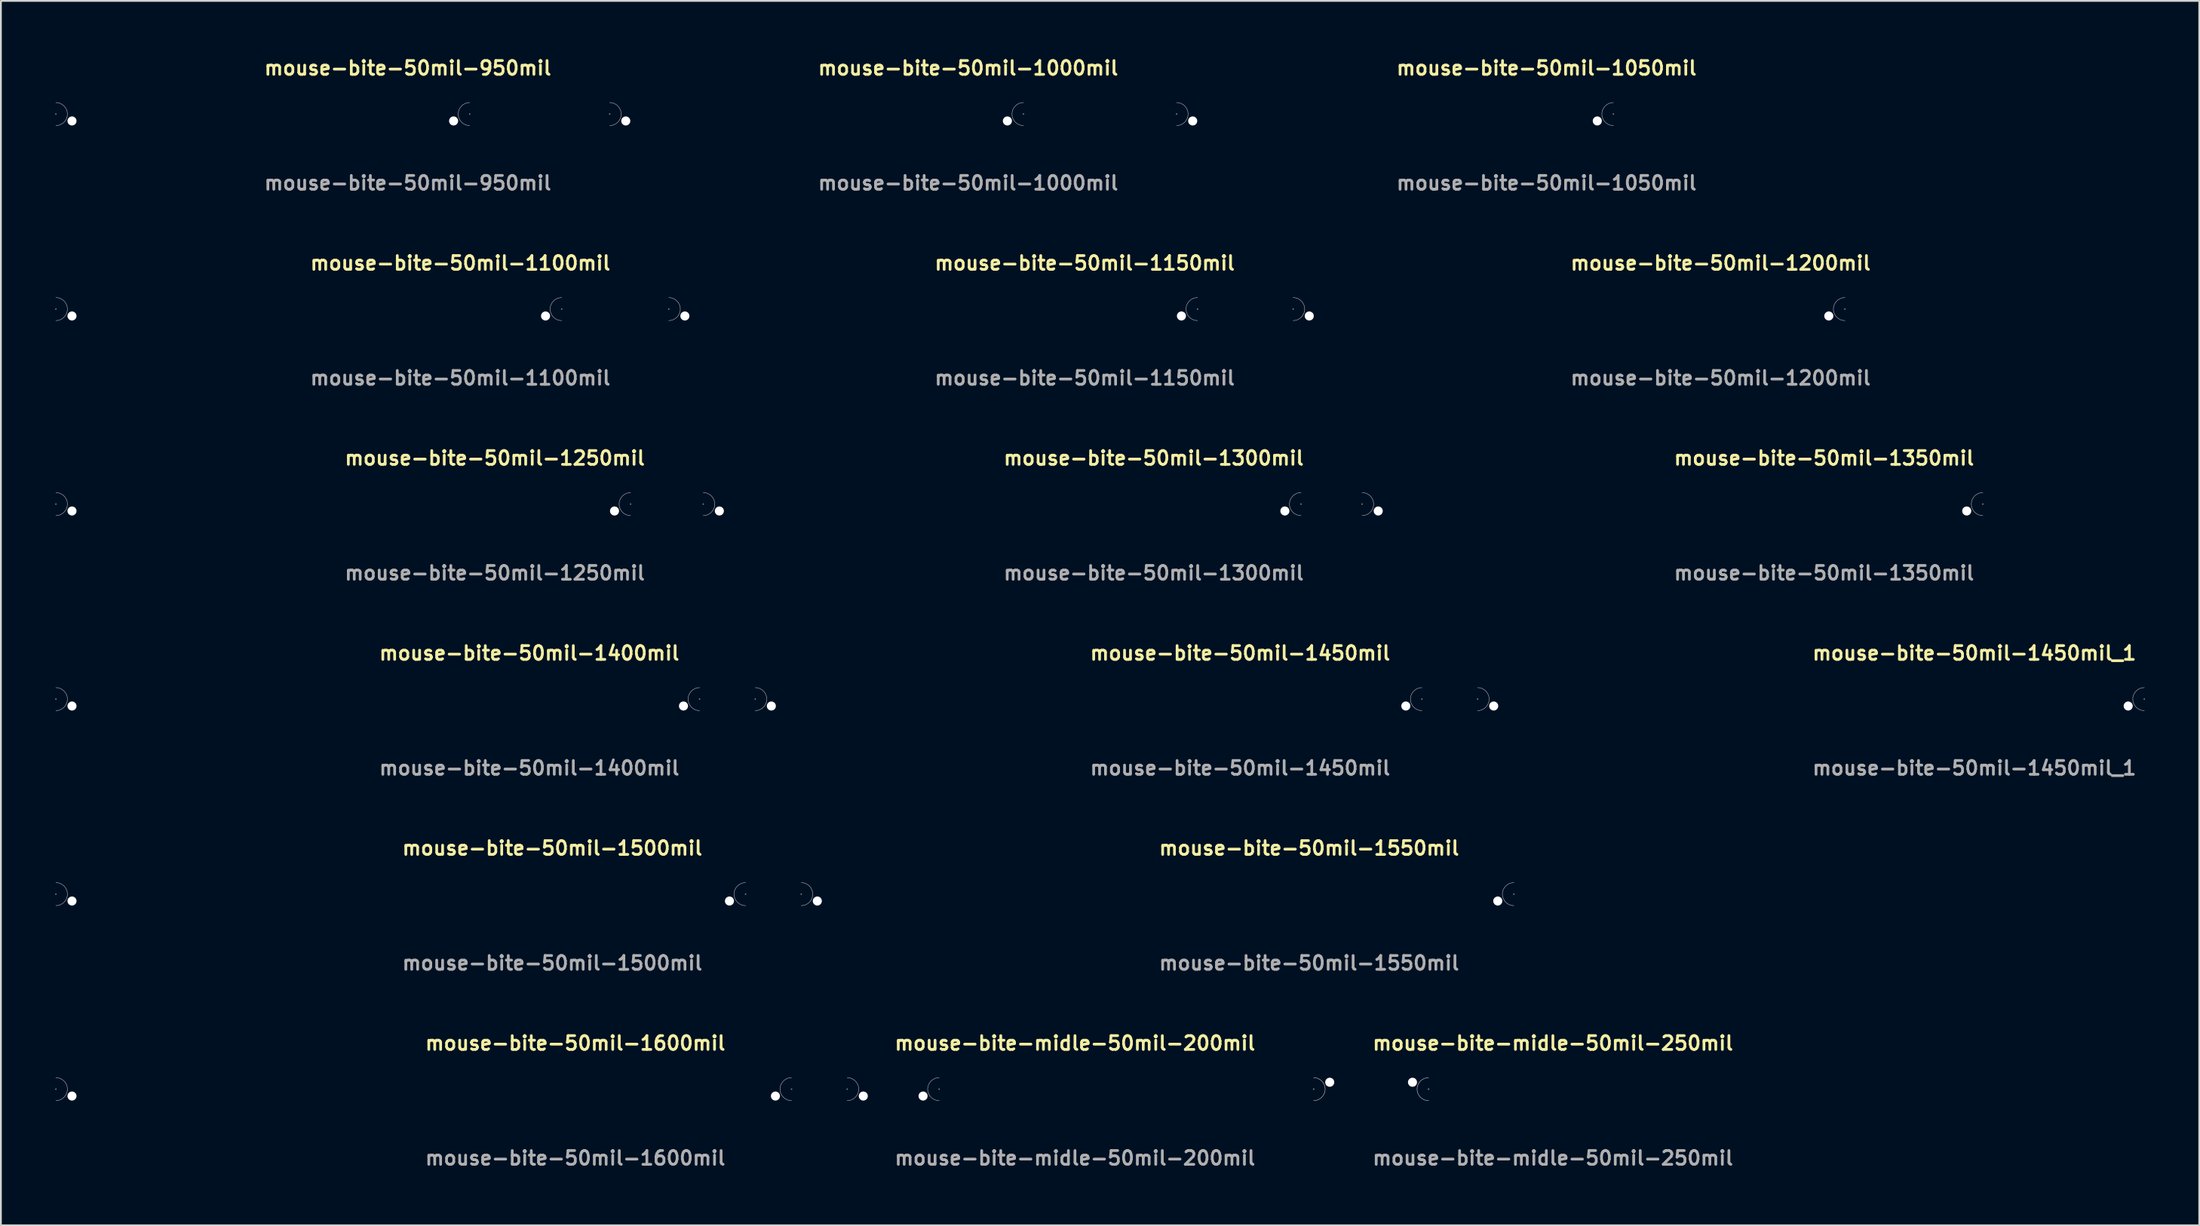
<source format=kicad_pcb>
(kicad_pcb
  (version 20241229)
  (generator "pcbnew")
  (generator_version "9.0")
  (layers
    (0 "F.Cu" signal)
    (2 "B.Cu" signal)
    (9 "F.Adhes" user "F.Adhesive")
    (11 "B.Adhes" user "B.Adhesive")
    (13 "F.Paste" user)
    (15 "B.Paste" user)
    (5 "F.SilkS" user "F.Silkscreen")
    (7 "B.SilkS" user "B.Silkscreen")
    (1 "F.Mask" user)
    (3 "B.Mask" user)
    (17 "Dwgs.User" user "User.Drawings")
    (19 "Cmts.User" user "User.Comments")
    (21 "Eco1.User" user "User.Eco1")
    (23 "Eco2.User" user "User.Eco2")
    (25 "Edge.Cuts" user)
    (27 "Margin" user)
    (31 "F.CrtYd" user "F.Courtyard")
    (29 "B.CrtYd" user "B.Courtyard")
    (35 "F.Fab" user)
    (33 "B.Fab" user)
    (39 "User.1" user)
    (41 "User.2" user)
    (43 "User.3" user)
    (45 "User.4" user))
  (footprint "mouse-bite-50mil-950mil"
    (layer "F.Cu")
    (at 11.468 3.253)
    (property "Reference" "mouse-bite-50mil-950mil" (at 0 -2.54 0) (unlocked yes) (layer "F.SilkS") (effects (font (size 0.762 0.762) (thickness 0.152) (bold yes)) (justify left)))
    (attr through_hole)
    (fp_arc (start -11.43 -0.635) (mid -10.795 0) (end -11.43 0.635) (stroke (width 0.0254) (type default)) (layer "F.Fab"))
    (fp_arc (start 11.43 0.635) (mid 10.795 0) (end 11.43 -0.635) (stroke (width 0.0254) (type default)) (layer "F.Fab"))
    (fp_circle (center -11.43 0) (end -11.405 0) (stroke (width 0.025) (type default)) (fill no) (layer "F.Fab"))
    (fp_circle (center 11.43 0) (end 11.455 0) (stroke (width 0.025) (type default)) (fill no) (layer "F.Fab"))
    (fp_text user "${REFERENCE}" (at 0 3.81 0) (unlocked yes) (layer "F.Fab") (effects (font (size 0.762 0.762) (thickness 0.152) (bold yes)) (justify left)))
    (pad "" np_thru_hole circle (at -10.541 0.381) (size 0.5 0.5) (drill 0.5) (layers "*.Cu" "*.Mask"))
    (pad "" np_thru_hole circle (at 10.541 0.381) (size 0.5 0.5) (drill 0.5) (layers "*.Cu" "*.Mask")))
  (footprint "mouse-bite-midle-50mil-200mil"
    (layer "F.Cu")
    (at 46.294 57.136)
    (property "Reference" "mouse-bite-midle-50mil-200mil" (at 0 -2.54 0) (unlocked yes) (layer "F.SilkS") (effects (font (size 0.762 0.762) (thickness 0.152) (bold yes)) (justify left)))
    (attr through_hole)
    (fp_arc (start -2.54 -0.635) (mid -1.905 0) (end -2.54 0.635) (stroke (width 0.0254) (type default)) (layer "F.Fab"))
    (fp_arc (start 2.54 0.635) (mid 1.905 0) (end 2.54 -0.635) (stroke (width 0.0254) (type default)) (layer "F.Fab"))
    (fp_circle (center -2.54 0) (end -2.515 0) (stroke (width 0.025) (type default)) (fill no) (layer "F.Fab"))
    (fp_circle (center 2.54 0) (end 2.565 0) (stroke (width 0.025) (type default)) (fill no) (layer "F.Fab"))
    (fp_text user "${REFERENCE}" (at 0 3.81 0) (unlocked yes) (layer "F.Fab") (effects (font (size 0.762 0.762) (thickness 0.152) (bold yes)) (justify left)))
    (pad "" np_thru_hole circle (at -1.651 0.381) (size 0.5 0.5) (drill 0.5) (layers "*.Cu" "*.Mask"))
    (pad "" np_thru_hole circle (at 1.651 0.381) (size 0.5 0.5) (drill 0.5) (layers "*.Cu" "*.Mask")))
  (footprint "mouse-bite-50mil-1550mil"
    (layer "F.Cu")
    (at 60.899 46.359)
    (property "Reference" "mouse-bite-50mil-1550mil" (at 0 -2.54 0) (unlocked yes) (layer "F.SilkS") (effects (font (size 0.762 0.762) (thickness 0.152) (bold yes)) (justify left)))
    (attr through_hole)
    (fp_arc (start -19.685 -0.635) (mid -19.05 0) (end -19.685 0.635) (stroke (width 0.0254) (type default)) (layer "F.Fab"))
    (fp_arc (start 19.685 0.635) (mid 19.05 0) (end 19.685 -0.635) (stroke (width 0.0254) (type default)) (layer "F.Fab"))
    (fp_circle (center -19.685 0) (end -19.66 0) (stroke (width 0.025) (type default)) (fill no) (layer "F.Fab"))
    (fp_circle (center 19.685 0) (end 19.71 0) (stroke (width 0.025) (type default)) (fill no) (layer "F.Fab"))
    (fp_text user "${REFERENCE}" (at 0 3.81 0) (unlocked yes) (layer "F.Fab") (effects (font (size 0.762 0.762) (thickness 0.152) (bold yes)) (justify left)))
    (pad "" np_thru_hole circle (at -18.796 0.381) (size 0.5 0.5) (drill 0.5) (layers "*.Cu" "*.Mask"))
    (pad "" np_thru_hole circle (at 18.796 0.381) (size 0.5 0.5) (drill 0.5) (layers "*.Cu" "*.Mask")))
  (footprint "mouse-bite-50mil-1000mil"
    (layer "F.Cu")
    (at 42.062 3.253)
    (property "Reference" "mouse-bite-50mil-1000mil" (at 0 -2.54 0) (unlocked yes) (layer "F.SilkS") (effects (font (size 0.762 0.762) (thickness 0.152) (bold yes)) (justify left)))
    (attr through_hole)
    (fp_arc (start -11.43 -0.635) (mid -10.795 0) (end -11.43 0.635) (stroke (width 0.0254) (type default)) (layer "F.Fab"))
    (fp_arc (start 11.43 0.635) (mid 10.795 0) (end 11.43 -0.635) (stroke (width 0.0254) (type default)) (layer "F.Fab"))
    (fp_circle (center -11.43 0) (end -11.405 0) (stroke (width 0.025) (type default)) (fill no) (layer "F.Fab"))
    (fp_circle (center 11.43 0) (end 11.455 0) (stroke (width 0.025) (type default)) (fill no) (layer "F.Fab"))
    (fp_text user "${REFERENCE}" (at 0 3.81 0) (unlocked yes) (layer "F.Fab") (effects (font (size 0.762 0.762) (thickness 0.152) (bold yes)) (justify left)))
    (pad "" np_thru_hole circle (at -10.541 0.381) (size 0.5 0.5) (drill 0.5) (layers "*.Cu" "*.Mask"))
    (pad "" np_thru_hole circle (at 10.541 0.381) (size 0.5 0.5) (drill 0.5) (layers "*.Cu" "*.Mask")))
  (footprint "mouse-bite-50mil-1450mil"
    (layer "F.Cu")
    (at 57.089 35.583)
    (property "Reference" "mouse-bite-50mil-1450mil" (at 0 -2.54 0) (unlocked yes) (layer "F.SilkS") (effects (font (size 0.762 0.762) (thickness 0.152) (bold yes)) (justify left)))
    (attr through_hole)
    (fp_arc (start -18.415 -0.635) (mid -17.78 0) (end -18.415 0.635) (stroke (width 0.0254) (type default)) (layer "F.Fab"))
    (fp_arc (start 18.415 0.635) (mid 17.78 0) (end 18.415 -0.635) (stroke (width 0.0254) (type default)) (layer "F.Fab"))
    (fp_circle (center -18.415 0) (end -18.39 0) (stroke (width 0.025) (type default)) (fill no) (layer "F.Fab"))
    (fp_circle (center 18.415 0) (end 18.44 0) (stroke (width 0.025) (type default)) (fill no) (layer "F.Fab"))
    (fp_text user "${REFERENCE}" (at 0 3.81 0) (unlocked yes) (layer "F.Fab") (effects (font (size 0.762 0.762) (thickness 0.152) (bold yes)) (justify left)))
    (pad "" np_thru_hole circle (at -17.526 0.381) (size 0.5 0.5) (drill 0.5) (layers "*.Cu" "*.Mask"))
    (pad "" np_thru_hole circle (at 17.526 0.381) (size 0.5 0.5) (drill 0.5) (layers "*.Cu" "*.Mask")))
  (footprint "mouse-bite-midle-50mil-250mil"
    (layer "F.Cu")
    (at 72.697 57.136)
    (property "Reference" "mouse-bite-midle-50mil-250mil" (at 0 -2.54 0) (unlocked yes) (layer "F.SilkS") (effects (font (size 0.762 0.762) (thickness 0.152) (bold yes)) (justify left)))
    (attr through_hole)
    (fp_arc (start -3.175 -0.635) (mid -2.54 0) (end -3.175 0.635) (stroke (width 0.0254) (type default)) (layer "Dwgs.User"))
    (fp_arc (start 3.175 0.635) (mid 2.54 0) (end 3.175 -0.635) (stroke (width 0.0254) (type default)) (layer "Dwgs.User"))
    (fp_circle (center -3.175 0) (end -3.15 0) (stroke (width 0.025) (type default)) (fill no) (layer "Dwgs.User"))
    (fp_circle (center 3.175 0) (end 3.2 0) (stroke (width 0.025) (type default)) (fill no) (layer "Dwgs.User"))
    (fp_text user "${REFERENCE}" (at 0 3.81 0) (unlocked yes) (layer "F.Fab") (effects (font (size 0.762 0.762) (thickness 0.152) (bold yes)) (justify left)))
    (pad "" np_thru_hole circle (at -2.286 -0.381) (size 0.5 0.5) (drill 0.5) (layers "*.Cu" "*.Mask"))
    (pad "" np_thru_hole circle (at 2.286 -0.381) (size 0.5 0.5) (drill 0.5) (layers "*.Cu" "*.Mask")))
  (footprint "mouse-bite-50mil-1050mil"
    (layer "F.Cu")
    (at 74.016 3.253)
    (property "Reference" "mouse-bite-50mil-1050mil" (at 0 -2.54 0) (unlocked yes) (layer "F.SilkS") (effects (font (size 0.762 0.762) (thickness 0.152) (bold yes)) (justify left)))
    (attr through_hole)
    (fp_arc (start -12.065 -0.635) (mid -11.43 0) (end -12.065 0.635) (stroke (width 0.0254) (type default)) (layer "F.Fab"))
    (fp_arc (start 12.065 0.635) (mid 11.43 0) (end 12.065 -0.635) (stroke (width 0.0254) (type default)) (layer "F.Fab"))
    (fp_circle (center -12.065 0) (end -12.04 0) (stroke (width 0.025) (type default)) (fill no) (layer "F.Fab"))
    (fp_circle (center 12.065 0) (end 12.09 0) (stroke (width 0.025) (type default)) (fill no) (layer "F.Fab"))
    (fp_text user "${REFERENCE}" (at 0 3.81 0) (unlocked yes) (layer "F.Fab") (effects (font (size 0.762 0.762) (thickness 0.152) (bold yes)) (justify left)))
    (pad "" np_thru_hole circle (at -11.176 0.381) (size 0.5 0.5) (drill 0.5) (layers "*.Cu" "*.Mask"))
    (pad "" np_thru_hole circle (at 11.176 0.381) (size 0.5 0.5) (drill 0.5) (layers "*.Cu" "*.Mask")))
  (footprint "mouse-bite-50mil-1450mil_1"
    (layer "F.Cu")
    (at 96.996 35.583)
    (property "Reference" "mouse-bite-50mil-1450mil_1" (at 0 -2.54 0) (unlocked yes) (layer "F.SilkS") (effects (font (size 0.762 0.762) (thickness 0.152) (bold yes)) (justify left)))
    (attr through_hole)
    (fp_arc (start -18.415 -0.635) (mid -17.78 0) (end -18.415 0.635) (stroke (width 0.0254) (type default)) (layer "F.Fab"))
    (fp_arc (start 18.415 0.635) (mid 17.78 0) (end 18.415 -0.635) (stroke (width 0.0254) (type default)) (layer "F.Fab"))
    (fp_circle (center -18.415 0) (end -18.39 0) (stroke (width 0.025) (type default)) (fill no) (layer "F.Fab"))
    (fp_circle (center 18.415 0) (end 18.44 0) (stroke (width 0.025) (type default)) (fill no) (layer "F.Fab"))
    (fp_text user "${REFERENCE}" (at 0 3.81 0) (unlocked yes) (layer "F.Fab") (effects (font (size 0.762 0.762) (thickness 0.152) (bold yes)) (justify left)))
    (pad "" np_thru_hole circle (at -17.526 0.381) (size 0.5 0.5) (drill 0.5) (layers "*.Cu" "*.Mask"))
    (pad "" np_thru_hole circle (at 17.526 0.381) (size 0.5 0.5) (drill 0.5) (layers "*.Cu" "*.Mask")))
  (footprint "mouse-bite-50mil-1100mil"
    (layer "F.Cu")
    (at 14.008 14.03)
    (property "Reference" "mouse-bite-50mil-1100mil" (at 0 -2.54 0) (unlocked yes) (layer "F.SilkS") (effects (font (size 0.762 0.762) (thickness 0.152) (bold yes)) (justify left)))
    (attr through_hole)
    (fp_arc (start -13.97 -0.635) (mid -13.335 0) (end -13.97 0.635) (stroke (width 0.0254) (type default)) (layer "F.Fab"))
    (fp_arc (start 13.97 0.635) (mid 13.335 0) (end 13.97 -0.635) (stroke (width 0.0254) (type default)) (layer "F.Fab"))
    (fp_circle (center -13.97 0) (end -13.945 0) (stroke (width 0.025) (type default)) (fill no) (layer "F.Fab"))
    (fp_circle (center 13.97 0) (end 13.995 0) (stroke (width 0.025) (type default)) (fill no) (layer "F.Fab"))
    (fp_text user "${REFERENCE}" (at 0 3.81 0) (unlocked yes) (layer "F.Fab") (effects (font (size 0.762 0.762) (thickness 0.152) (bold yes)) (justify left)))
    (pad "" np_thru_hole circle (at -13.081 0.381) (size 0.5 0.5) (drill 0.5) (layers "*.Cu" "*.Mask"))
    (pad "" np_thru_hole circle (at 13.081 0.381) (size 0.5 0.5) (drill 0.5) (layers "*.Cu" "*.Mask")))
  (footprint "mouse-bite-50mil-1350mil"
    (layer "F.Cu")
    (at 89.346 24.806)
    (property "Reference" "mouse-bite-50mil-1350mil" (at 0 -2.54 0) (unlocked yes) (layer "F.SilkS") (effects (font (size 0.762 0.762) (thickness 0.152) (bold yes)) (justify left)))
    (attr through_hole)
    (fp_arc (start -17.145 -0.635) (mid -16.51 0) (end -17.145 0.635) (stroke (width 0.0254) (type default)) (layer "F.Fab"))
    (fp_arc (start 17.145 0.635) (mid 16.51 0) (end 17.145 -0.635) (stroke (width 0.0254) (type default)) (layer "F.Fab"))
    (fp_circle (center -17.145 0) (end -17.12 0) (stroke (width 0.025) (type default)) (fill no) (layer "F.Fab"))
    (fp_circle (center 17.145 0) (end 17.17 0) (stroke (width 0.025) (type default)) (fill no) (layer "F.Fab"))
    (fp_text user "${REFERENCE}" (at 0 3.81 0) (unlocked yes) (layer "F.Fab") (effects (font (size 0.762 0.762) (thickness 0.152) (bold yes)) (justify left)))
    (pad "" np_thru_hole circle (at -16.256 0.381) (size 0.5 0.5) (drill 0.5) (layers "*.Cu" "*.Mask"))
    (pad "" np_thru_hole circle (at 16.256 0.381) (size 0.5 0.5) (drill 0.5) (layers "*.Cu" "*.Mask")))
  (footprint "mouse-bite-50mil-1400mil"
    (layer "F.Cu")
    (at 17.818 35.583)
    (property "Reference" "mouse-bite-50mil-1400mil" (at 0 -2.54 0) (unlocked yes) (layer "F.SilkS") (effects (font (size 0.762 0.762) (thickness 0.152) (bold yes)) (justify left)))
    (attr through_hole)
    (fp_arc (start -17.78 -0.635) (mid -17.145 0) (end -17.78 0.635) (stroke (width 0.0254) (type default)) (layer "F.Fab"))
    (fp_arc (start 17.78 0.635) (mid 17.145 0) (end 17.78 -0.635) (stroke (width 0.0254) (type default)) (layer "F.Fab"))
    (fp_circle (center -17.78 0) (end -17.755 0) (stroke (width 0.025) (type default)) (fill no) (layer "F.Fab"))
    (fp_circle (center 17.78 0) (end 17.805 0) (stroke (width 0.025) (type default)) (fill no) (layer "F.Fab"))
    (fp_text user "${REFERENCE}" (at 0 3.81 0) (unlocked yes) (layer "F.Fab") (effects (font (size 0.762 0.762) (thickness 0.152) (bold yes)) (justify left)))
    (pad "" np_thru_hole circle (at -16.891 0.381) (size 0.5 0.5) (drill 0.5) (layers "*.Cu" "*.Mask"))
    (pad "" np_thru_hole circle (at 16.891 0.381) (size 0.5 0.5) (drill 0.5) (layers "*.Cu" "*.Mask")))
  (footprint "mouse-bite-50mil-1200mil"
    (layer "F.Cu")
    (at 83.631 14.03)
    (property "Reference" "mouse-bite-50mil-1200mil" (at 0 -2.54 0) (unlocked yes) (layer "F.SilkS") (effects (font (size 0.762 0.762) (thickness 0.152) (bold yes)) (justify left)))
    (attr through_hole)
    (fp_arc (start -15.24 -0.635) (mid -14.605 0) (end -15.24 0.635) (stroke (width 0.0254) (type default)) (layer "F.Fab"))
    (fp_arc (start 15.24 0.635) (mid 14.605 0) (end 15.24 -0.635) (stroke (width 0.0254) (type default)) (layer "F.Fab"))
    (fp_circle (center -15.24 0) (end -15.215 0) (stroke (width 0.025) (type default)) (fill no) (layer "F.Fab"))
    (fp_circle (center 15.24 0) (end 15.265 0) (stroke (width 0.025) (type default)) (fill no) (layer "F.Fab"))
    (fp_text user "${REFERENCE}" (at 0 3.81 0) (unlocked yes) (layer "F.Fab") (effects (font (size 0.762 0.762) (thickness 0.152) (bold yes)) (justify left)))
    (pad "" np_thru_hole circle (at -14.351 0.381) (size 0.5 0.5) (drill 0.5) (layers "*.Cu" "*.Mask"))
    (pad "" np_thru_hole circle (at 14.351 0.381) (size 0.5 0.5) (drill 0.5) (layers "*.Cu" "*.Mask")))
  (footprint "mouse-bite-50mil-1500mil"
    (layer "F.Cu")
    (at 19.088 46.359)
    (property "Reference" "mouse-bite-50mil-1500mil" (at 0 -2.54 0) (unlocked yes) (layer "F.SilkS") (effects (font (size 0.762 0.762) (thickness 0.152) (bold yes)) (justify left)))
    (attr through_hole)
    (fp_arc (start -19.05 -0.635) (mid -18.415 0) (end -19.05 0.635) (stroke (width 0.0254) (type default)) (layer "F.Fab"))
    (fp_arc (start 19.05 0.635) (mid 18.415 0) (end 19.05 -0.635) (stroke (width 0.0254) (type default)) (layer "F.Fab"))
    (fp_circle (center -19.05 0) (end -19.025 0) (stroke (width 0.025) (type default)) (fill no) (layer "F.Fab"))
    (fp_circle (center 19.05 0) (end 19.075 0) (stroke (width 0.025) (type default)) (fill no) (layer "F.Fab"))
    (fp_text user "${REFERENCE}" (at 0 3.81 0) (unlocked yes) (layer "F.Fab") (effects (font (size 0.762 0.762) (thickness 0.152) (bold yes)) (justify left)))
    (pad "" np_thru_hole circle (at -18.161 0.381) (size 0.5 0.5) (drill 0.5) (layers "*.Cu" "*.Mask"))
    (pad "" np_thru_hole circle (at 18.161 0.381) (size 0.5 0.5) (drill 0.5) (layers "*.Cu" "*.Mask")))
  (footprint "mouse-bite-50mil-1250mil"
    (layer "F.Cu")
    (at 15.913 24.806)
    (property "Reference" "mouse-bite-50mil-1250mil" (at 0 -2.54 0) (unlocked yes) (layer "F.SilkS") (effects (font (size 0.762 0.762) (thickness 0.152) (bold yes)) (justify left)))
    (attr through_hole)
    (fp_arc (start -15.875 -0.635) (mid -15.24 0) (end -15.875 0.635) (stroke (width 0.0254) (type default)) (layer "F.Fab"))
    (fp_arc (start 15.875 0.635) (mid 15.24 0) (end 15.875 -0.635) (stroke (width 0.0254) (type default)) (layer "F.Fab"))
    (fp_circle (center -15.875 0) (end -15.85 0) (stroke (width 0.025) (type default)) (fill no) (layer "F.Fab"))
    (fp_circle (center 15.875 0) (end 15.9 0) (stroke (width 0.025) (type default)) (fill no) (layer "F.Fab"))
    (fp_text user "${REFERENCE}" (at 0 3.81 0) (unlocked yes) (layer "F.Fab") (effects (font (size 0.762 0.762) (thickness 0.152) (bold yes)) (justify left)))
    (pad "" np_thru_hole circle (at -14.986 0.381) (size 0.5 0.5) (drill 0.5) (layers "*.Cu" "*.Mask"))
    (pad "" np_thru_hole circle (at 14.986 0.381) (size 0.5 0.5) (drill 0.5) (layers "*.Cu" "*.Mask")))
  (footprint "mouse-bite-50mil-1300mil"
    (layer "F.Cu")
    (at 52.312 24.806)
    (property "Reference" "mouse-bite-50mil-1300mil" (at 0 -2.54 0) (unlocked yes) (layer "F.SilkS") (effects (font (size 0.762 0.762) (thickness 0.152) (bold yes)) (justify left)))
    (attr through_hole)
    (fp_arc (start -16.51 -0.635) (mid -15.875 0) (end -16.51 0.635) (stroke (width 0.0254) (type default)) (layer "F.Fab"))
    (fp_arc (start 16.51 0.635) (mid 15.875 0) (end 16.51 -0.635) (stroke (width 0.0254) (type default)) (layer "F.Fab"))
    (fp_circle (center -16.51 0) (end -16.485 0) (stroke (width 0.025) (type default)) (fill no) (layer "F.Fab"))
    (fp_circle (center 16.51 0) (end 16.535 0) (stroke (width 0.025) (type default)) (fill no) (layer "F.Fab"))
    (fp_text user "${REFERENCE}" (at 0 3.81 0) (unlocked yes) (layer "F.Fab") (effects (font (size 0.762 0.762) (thickness 0.152) (bold yes)) (justify left)))
    (pad "" np_thru_hole circle (at -15.621 0.381) (size 0.5 0.5) (drill 0.5) (layers "*.Cu" "*.Mask"))
    (pad "" np_thru_hole circle (at 15.621 0.381) (size 0.5 0.5) (drill 0.5) (layers "*.Cu" "*.Mask")))
  (footprint "mouse-bite-50mil-1600mil"
    (layer "F.Cu")
    (at 20.358 57.136)
    (property "Reference" "mouse-bite-50mil-1600mil" (at 0 -2.54 0) (unlocked yes) (layer "F.SilkS") (effects (font (size 0.762 0.762) (thickness 0.152) (bold yes)) (justify left)))
    (attr through_hole)
    (fp_arc (start -20.32 -0.635) (mid -19.685 0) (end -20.32 0.635) (stroke (width 0.0254) (type default)) (layer "F.Fab"))
    (fp_arc (start 20.32 0.635) (mid 19.685 0) (end 20.32 -0.635) (stroke (width 0.0254) (type default)) (layer "F.Fab"))
    (fp_circle (center -20.32 0) (end -20.295 0) (stroke (width 0.025) (type default)) (fill no) (layer "F.Fab"))
    (fp_circle (center 20.32 0) (end 20.345 0) (stroke (width 0.025) (type default)) (fill no) (layer "F.Fab"))
    (fp_text user "${REFERENCE}" (at 0 3.81 0) (unlocked yes) (layer "F.Fab") (effects (font (size 0.762 0.762) (thickness 0.152) (bold yes)) (justify left)))
    (pad "" np_thru_hole circle (at -19.431 0.381) (size 0.5 0.5) (drill 0.5) (layers "*.Cu" "*.Mask"))
    (pad "" np_thru_hole circle (at 19.431 0.381) (size 0.5 0.5) (drill 0.5) (layers "*.Cu" "*.Mask")))
  (footprint "mouse-bite-50mil-1150mil"
    (layer "F.Cu")
    (at 48.502 14.03)
    (property "Reference" "mouse-bite-50mil-1150mil" (at 0 -2.54 0) (unlocked yes) (layer "F.SilkS") (effects (font (size 0.762 0.762) (thickness 0.152) (bold yes)) (justify left)))
    (attr through_hole)
    (fp_arc (start -14.605 -0.635) (mid -13.97 0) (end -14.605 0.635) (stroke (width 0.0254) (type default)) (layer "F.Fab"))
    (fp_arc (start 14.605 0.635) (mid 13.97 0) (end 14.605 -0.635) (stroke (width 0.0254) (type default)) (layer "F.Fab"))
    (fp_circle (center -14.605 0) (end -14.58 0) (stroke (width 0.025) (type default)) (fill no) (layer "F.Fab"))
    (fp_circle (center 14.605 0) (end 14.63 0) (stroke (width 0.025) (type default)) (fill no) (layer "F.Fab"))
    (fp_text user "${REFERENCE}" (at 0 3.81 0) (unlocked yes) (layer "F.Fab") (effects (font (size 0.762 0.762) (thickness 0.152) (bold yes)) (justify left)))
    (pad "" np_thru_hole circle (at -13.716 0.381) (size 0.5 0.5) (drill 0.5) (layers "*.Cu" "*.Mask"))
    (pad "" np_thru_hole circle (at 13.716 0.381) (size 0.5 0.5) (drill 0.5) (layers "*.Cu" "*.Mask")))
  (gr_rect
    (start -3 -3)
    (end 118.449 64.659)
    (stroke (width 0.1) (type default))
    (fill no)
    (layer "Edge.Cuts")))
</source>
